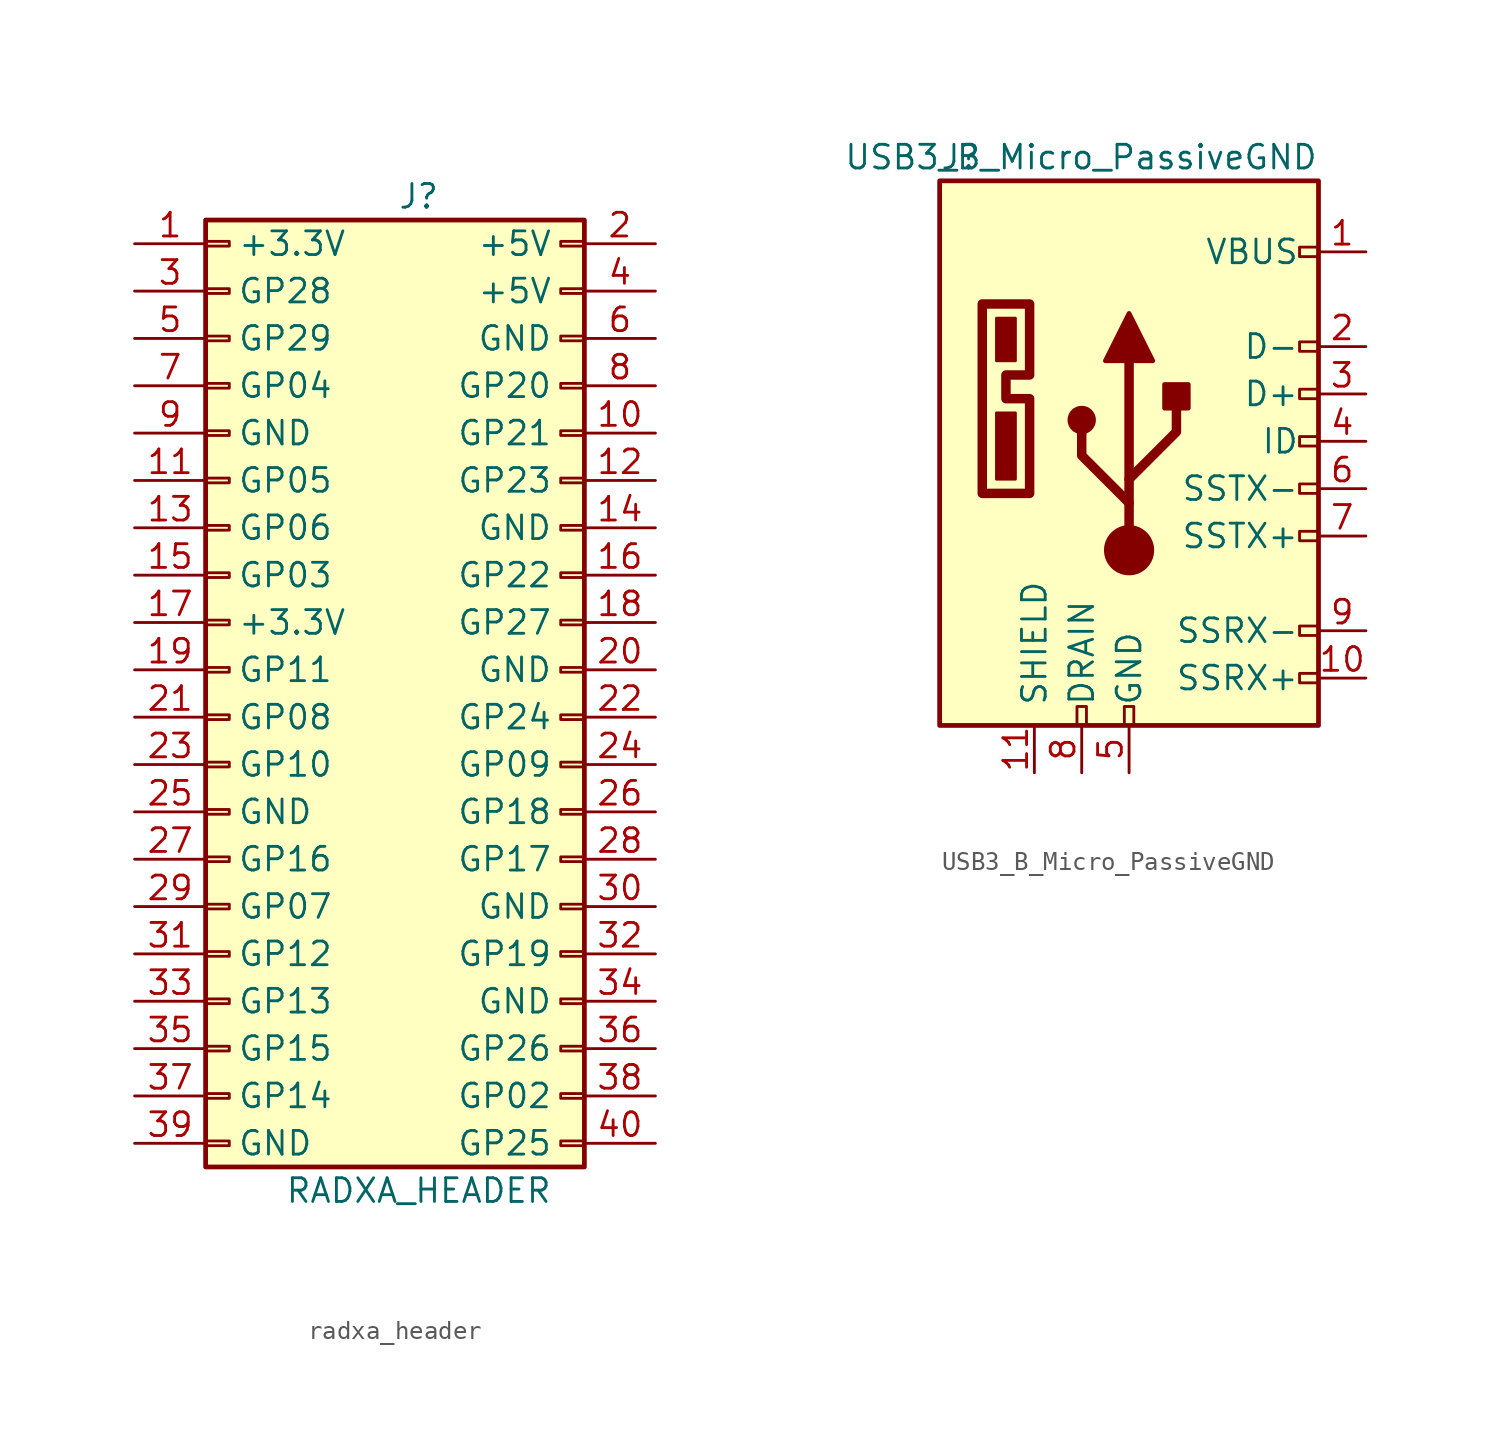
<source format=kicad_sym>
(kicad_symbol_lib
  (version 20231120)
  (generator "kicad_symbol_editor")
  (generator_version "8.0")
  (symbol "radxa_header"
    (pin_names
      (offset 1.7))
    (property "Reference" "J"
      (at 1.27 25.4 0)
      (effects (font (size 1.27 1.27))))
    (property "Value" "RADXA_HEADER"
      (at 1.27 -27.94 0)
      (effects (font (size 1.27 1.27))))
    (symbol "radxa_header_1_1"
      (rectangle (start -10.16 -25.273) (end -8.89 -25.527) (stroke (width 0.152) (type default)) (fill (type none)))
      (rectangle (start -10.16 -22.733) (end -8.89 -22.987) (stroke (width 0.152) (type default)) (fill (type none)))
      (rectangle (start -10.16 -20.193) (end -8.89 -20.447) (stroke (width 0.152) (type default)) (fill (type none)))
      (rectangle (start -10.16 -17.653) (end -8.89 -17.907) (stroke (width 0.152) (type default)) (fill (type none)))
      (rectangle (start -10.16 -15.113) (end -8.89 -15.367) (stroke (width 0.152) (type default)) (fill (type none)))
      (rectangle (start -10.16 -12.573) (end -8.89 -12.827) (stroke (width 0.152) (type default)) (fill (type none)))
      (rectangle (start -10.16 -10.033) (end -8.89 -10.287) (stroke (width 0.152) (type default)) (fill (type none)))
      (rectangle (start -10.16 -7.493) (end -8.89 -7.747) (stroke (width 0.152) (type default)) (fill (type none)))
      (rectangle (start -10.16 -4.953) (end -8.89 -5.207) (stroke (width 0.152) (type default)) (fill (type none)))
      (rectangle (start -10.16 -2.413) (end -8.89 -2.667) (stroke (width 0.152) (type default)) (fill (type none)))
      (rectangle (start -10.16 0.127) (end -8.89 -0.127) (stroke (width 0.152) (type default)) (fill (type none)))
      (rectangle (start -10.16 2.667) (end -8.89 2.413) (stroke (width 0.152) (type default)) (fill (type none)))
      (rectangle (start -10.16 5.207) (end -8.89 4.953) (stroke (width 0.152) (type default)) (fill (type none)))
      (rectangle (start -10.16 7.747) (end -8.89 7.493) (stroke (width 0.152) (type default)) (fill (type none)))
      (rectangle (start -10.16 10.287) (end -8.89 10.033) (stroke (width 0.152) (type default)) (fill (type none)))
      (rectangle (start -10.16 12.827) (end -8.89 12.573) (stroke (width 0.152) (type default)) (fill (type none)))
      (rectangle (start -10.16 15.367) (end -8.89 15.113) (stroke (width 0.152) (type default)) (fill (type none)))
      (rectangle (start -10.16 17.907) (end -8.89 17.653) (stroke (width 0.152) (type default)) (fill (type none)))
      (rectangle (start -10.16 20.447) (end -8.89 20.193) (stroke (width 0.152) (type default)) (fill (type none)))
      (rectangle (start -10.16 22.987) (end -8.89 22.733) (stroke (width 0.152) (type default)) (fill (type none)))
      (rectangle (start -10.16 24.13) (end 10.16 -26.67) (stroke (width 0.254) (type default)) (fill (type background)))
      (rectangle (start 10.16 -25.273) (end 8.89 -25.527) (stroke (width 0.152) (type default)) (fill (type none)))
      (rectangle (start 10.16 -22.733) (end 8.89 -22.987) (stroke (width 0.152) (type default)) (fill (type none)))
      (rectangle (start 10.16 -20.193) (end 8.89 -20.447) (stroke (width 0.152) (type default)) (fill (type none)))
      (rectangle (start 10.16 -17.653) (end 8.89 -17.907) (stroke (width 0.152) (type default)) (fill (type none)))
      (rectangle (start 10.16 -15.113) (end 8.89 -15.367) (stroke (width 0.152) (type default)) (fill (type none)))
      (rectangle (start 10.16 -12.573) (end 8.89 -12.827) (stroke (width 0.152) (type default)) (fill (type none)))
      (rectangle (start 10.16 -10.033) (end 8.89 -10.287) (stroke (width 0.152) (type default)) (fill (type none)))
      (rectangle (start 10.16 -7.493) (end 8.89 -7.747) (stroke (width 0.152) (type default)) (fill (type none)))
      (rectangle (start 10.16 -4.953) (end 8.89 -5.207) (stroke (width 0.152) (type default)) (fill (type none)))
      (rectangle (start 10.16 -2.413) (end 8.89 -2.667) (stroke (width 0.152) (type default)) (fill (type none)))
      (rectangle (start 10.16 0.127) (end 8.89 -0.127) (stroke (width 0.152) (type default)) (fill (type none)))
      (rectangle (start 10.16 2.667) (end 8.89 2.413) (stroke (width 0.152) (type default)) (fill (type none)))
      (rectangle (start 10.16 5.207) (end 8.89 4.953) (stroke (width 0.152) (type default)) (fill (type none)))
      (rectangle (start 10.16 7.747) (end 8.89 7.493) (stroke (width 0.152) (type default)) (fill (type none)))
      (rectangle (start 10.16 10.287) (end 8.89 10.033) (stroke (width 0.152) (type default)) (fill (type none)))
      (rectangle (start 10.16 12.827) (end 8.89 12.573) (stroke (width 0.152) (type default)) (fill (type none)))
      (rectangle (start 10.16 15.367) (end 8.89 15.113) (stroke (width 0.152) (type default)) (fill (type none)))
      (rectangle (start 10.16 17.907) (end 8.89 17.653) (stroke (width 0.152) (type default)) (fill (type none)))
      (rectangle (start 10.16 20.447) (end 8.89 20.193) (stroke (width 0.152) (type default)) (fill (type none)))
      (rectangle (start 10.16 22.987) (end 8.89 22.733) (stroke (width 0.152) (type default)) (fill (type none)))
      (pin passive line (at -13.97 22.86 0) (length 3.81) (name "+3.3V" (effects (font (size 1.27 1.27)))) (number "1" (effects (font (size 1.27 1.27)))))
      (pin passive line (at 13.97 12.7 180) (length 3.81) (name "GP21" (effects (font (size 1.27 1.27)))) (number "10" (effects (font (size 1.27 1.27)))))
      (pin passive line (at -13.97 10.16 0) (length 3.81) (name "GP05" (effects (font (size 1.27 1.27)))) (number "11" (effects (font (size 1.27 1.27)))))
      (pin passive line (at 13.97 10.16 180) (length 3.81) (name "GP23" (effects (font (size 1.27 1.27)))) (number "12" (effects (font (size 1.27 1.27)))))
      (pin passive line (at -13.97 7.62 0) (length 3.81) (name "GP06" (effects (font (size 1.27 1.27)))) (number "13" (effects (font (size 1.27 1.27)))))
      (pin passive line (at 13.97 7.62 180) (length 3.81) (name "GND" (effects (font (size 1.27 1.27)))) (number "14" (effects (font (size 1.27 1.27)))))
      (pin passive line (at -13.97 5.08 0) (length 3.81) (name "GP03" (effects (font (size 1.27 1.27)))) (number "15" (effects (font (size 1.27 1.27)))))
      (pin passive line (at 13.97 5.08 180) (length 3.81) (name "GP22" (effects (font (size 1.27 1.27)))) (number "16" (effects (font (size 1.27 1.27)))))
      (pin passive line (at -13.97 2.54 0) (length 3.81) (name "+3.3V" (effects (font (size 1.27 1.27)))) (number "17" (effects (font (size 1.27 1.27)))))
      (pin passive line (at 13.97 2.54 180) (length 3.81) (name "GP27" (effects (font (size 1.27 1.27)))) (number "18" (effects (font (size 1.27 1.27)))))
      (pin passive line (at -13.97 0 0) (length 3.81) (name "GP11" (effects (font (size 1.27 1.27)))) (number "19" (effects (font (size 1.27 1.27)))))
      (pin passive line (at 13.97 22.86 180) (length 3.81) (name "+5V" (effects (font (size 1.27 1.27)))) (number "2" (effects (font (size 1.27 1.27)))))
      (pin passive line (at 13.97 0 180) (length 3.81) (name "GND" (effects (font (size 1.27 1.27)))) (number "20" (effects (font (size 1.27 1.27)))))
      (pin passive line (at -13.97 -2.54 0) (length 3.81) (name "GP08" (effects (font (size 1.27 1.27)))) (number "21" (effects (font (size 1.27 1.27)))))
      (pin passive line (at 13.97 -2.54 180) (length 3.81) (name "GP24" (effects (font (size 1.27 1.27)))) (number "22" (effects (font (size 1.27 1.27)))))
      (pin passive line (at -13.97 -5.08 0) (length 3.81) (name "GP10" (effects (font (size 1.27 1.27)))) (number "23" (effects (font (size 1.27 1.27)))))
      (pin passive line (at 13.97 -5.08 180) (length 3.81) (name "GP09" (effects (font (size 1.27 1.27)))) (number "24" (effects (font (size 1.27 1.27)))))
      (pin passive line (at -13.97 -7.62 0) (length 3.81) (name "GND" (effects (font (size 1.27 1.27)))) (number "25" (effects (font (size 1.27 1.27)))))
      (pin passive line (at 13.97 -7.62 180) (length 3.81) (name "GP18" (effects (font (size 1.27 1.27)))) (number "26" (effects (font (size 1.27 1.27)))))
      (pin passive line (at -13.97 -10.16 0) (length 3.81) (name "GP16" (effects (font (size 1.27 1.27)))) (number "27" (effects (font (size 1.27 1.27)))))
      (pin passive line (at 13.97 -10.16 180) (length 3.81) (name "GP17" (effects (font (size 1.27 1.27)))) (number "28" (effects (font (size 1.27 1.27)))))
      (pin passive line (at -13.97 -12.7 0) (length 3.81) (name "GP07" (effects (font (size 1.27 1.27)))) (number "29" (effects (font (size 1.27 1.27)))))
      (pin passive line (at -13.97 20.32 0) (length 3.81) (name "GP28" (effects (font (size 1.27 1.27)))) (number "3" (effects (font (size 1.27 1.27)))))
      (pin passive line (at 13.97 -12.7 180) (length 3.81) (name "GND" (effects (font (size 1.27 1.27)))) (number "30" (effects (font (size 1.27 1.27)))))
      (pin passive line (at -13.97 -15.24 0) (length 3.81) (name "GP12" (effects (font (size 1.27 1.27)))) (number "31" (effects (font (size 1.27 1.27)))))
      (pin passive line (at 13.97 -15.24 180) (length 3.81) (name "GP19" (effects (font (size 1.27 1.27)))) (number "32" (effects (font (size 1.27 1.27)))))
      (pin passive line (at -13.97 -17.78 0) (length 3.81) (name "GP13" (effects (font (size 1.27 1.27)))) (number "33" (effects (font (size 1.27 1.27)))))
      (pin passive line (at 13.97 -17.78 180) (length 3.81) (name "GND" (effects (font (size 1.27 1.27)))) (number "34" (effects (font (size 1.27 1.27)))))
      (pin passive line (at -13.97 -20.32 0) (length 3.81) (name "GP15" (effects (font (size 1.27 1.27)))) (number "35" (effects (font (size 1.27 1.27)))))
      (pin passive line (at 13.97 -20.32 180) (length 3.81) (name "GP26" (effects (font (size 1.27 1.27)))) (number "36" (effects (font (size 1.27 1.27)))))
      (pin passive line (at -13.97 -22.86 0) (length 3.81) (name "GP14" (effects (font (size 1.27 1.27)))) (number "37" (effects (font (size 1.27 1.27)))))
      (pin passive line (at 13.97 -22.86 180) (length 3.81) (name "GP02" (effects (font (size 1.27 1.27)))) (number "38" (effects (font (size 1.27 1.27)))))
      (pin passive line (at -13.97 -25.4 0) (length 3.81) (name "GND" (effects (font (size 1.27 1.27)))) (number "39" (effects (font (size 1.27 1.27)))))
      (pin passive line (at 13.97 20.32 180) (length 3.81) (name "+5V" (effects (font (size 1.27 1.27)))) (number "4" (effects (font (size 1.27 1.27)))))
      (pin passive line (at 13.97 -25.4 180) (length 3.81) (name "GP25" (effects (font (size 1.27 1.27)))) (number "40" (effects (font (size 1.27 1.27)))))
      (pin passive line (at -13.97 17.78 0) (length 3.81) (name "GP29" (effects (font (size 1.27 1.27)))) (number "5" (effects (font (size 1.27 1.27)))))
      (pin passive line (at 13.97 17.78 180) (length 3.81) (name "GND" (effects (font (size 1.27 1.27)))) (number "6" (effects (font (size 1.27 1.27)))))
      (pin passive line (at -13.97 15.24 0) (length 3.81) (name "GP04" (effects (font (size 1.27 1.27)))) (number "7" (effects (font (size 1.27 1.27)))))
      (pin passive line (at 13.97 15.24 180) (length 3.81) (name "GP20" (effects (font (size 1.27 1.27)))) (number "8" (effects (font (size 1.27 1.27)))))
      (pin passive line (at -13.97 12.7 0) (length 3.81) (name "GND" (effects (font (size 1.27 1.27)))) (number "9" (effects (font (size 1.27 1.27)))))))
  (symbol "USB3_B_Micro_PassiveGND"
    (pin_names
      (offset 1.016))
    (property "Reference" "J"
      (at -10.16 15.24 0)
      (effects (font (size 1.27 1.27)) (justify left)))
    (property "Value" "USB3_B_Micro_PassiveGND"
      (at 10.16 15.24 0)
      (effects (font (size 1.27 1.27)) (justify right)))
    (symbol "USB3_B_Micro_PassiveGND_0_0"
      (rectangle (start -2.794 -15.24) (end -2.286 -14.224) (stroke (width 0) (type default)) (fill (type none)))
      (rectangle (start -0.254 -15.24) (end 0.254 -14.224) (stroke (width 0) (type default)) (fill (type none)))
      (rectangle (start 10.16 -12.446) (end 9.144 -12.954) (stroke (width 0) (type default)) (fill (type none)))
      (rectangle (start 10.16 -9.906) (end 9.144 -10.414) (stroke (width 0) (type default)) (fill (type none)))
      (rectangle (start 10.16 -4.826) (end 9.144 -5.334) (stroke (width 0) (type default)) (fill (type none)))
      (rectangle (start 10.16 -2.286) (end 9.144 -2.794) (stroke (width 0) (type default)) (fill (type none)))
      (rectangle (start 10.16 0.254) (end 9.144 -0.254) (stroke (width 0) (type default)) (fill (type none)))
      (rectangle (start 10.16 2.794) (end 9.144 2.286) (stroke (width 0) (type default)) (fill (type none)))
      (rectangle (start 10.16 5.334) (end 9.144 4.826) (stroke (width 0) (type default)) (fill (type none)))
      (rectangle (start 10.16 10.414) (end 9.144 9.906) (stroke (width 0) (type default)) (fill (type none))))
    (symbol "USB3_B_Micro_PassiveGND_0_1"
      (rectangle (start -10.16 13.97) (end 10.16 -15.24) (stroke (width 0.254) (type default)) (fill (type background)))
      (rectangle (start -7.112 1.524) (end -6.096 -2.032) (stroke (width 0) (type default)) (fill (type outline)))
      (rectangle (start -7.112 6.604) (end -6.096 4.318) (stroke (width 0) (type default)) (fill (type outline)))
      (polyline (pts (xy -7.874 7.366) (xy -7.874 -2.794) (xy -5.334 -2.794) (xy -5.334 2.286) (xy -6.604 2.286) (xy -6.604 3.556) (xy -5.334 3.556) (xy -5.334 7.366) (xy -7.874 7.366)) (stroke (width 0.508) (type default)) (fill (type none))))
    (symbol "USB3_B_Micro_PassiveGND_1_1"
      (circle (center -2.54 1.143) (radius 0.635) (stroke (width 0.254) (type default)) (fill (type outline)))
      (circle (center 0 -5.842) (radius 1.27) (stroke (width 0) (type default)) (fill (type outline)))
      (polyline (pts (xy 0 -5.842) (xy 0 4.318)) (stroke (width 0.508) (type default)) (fill (type none)))
      (polyline (pts (xy 0 -3.302) (xy -2.54 -0.762) (xy -2.54 0.508)) (stroke (width 0.508) (type default)) (fill (type none)))
      (polyline (pts (xy 0 -2.032) (xy 2.54 0.508) (xy 2.54 1.778)) (stroke (width 0.508) (type default)) (fill (type none)))
      (polyline (pts (xy -1.27 4.318) (xy 0 6.858) (xy 1.27 4.318) (xy -1.27 4.318)) (stroke (width 0.254) (type default)) (fill (type outline)))
      (rectangle (start 1.905 1.778) (end 3.175 3.048) (stroke (width 0.254) (type default)) (fill (type outline)))
      (pin power_out line (at 12.7 10.16 180) (length 2.54) (name "VBUS" (effects (font (size 1.27 1.27)))) (number "1" (effects (font (size 1.27 1.27)))))
      (pin input line (at 12.7 -12.7 180) (length 2.54) (name "SSRX+" (effects (font (size 1.27 1.27)))) (number "10" (effects (font (size 1.27 1.27)))))
      (pin passive line (at -5.08 -17.78 90) (length 2.54) (name "SHIELD" (effects (font (size 1.27 1.27)))) (number "11" (effects (font (size 1.27 1.27)))))
      (pin bidirectional line (at 12.7 5.08 180) (length 2.54) (name "D-" (effects (font (size 1.27 1.27)))) (number "2" (effects (font (size 1.27 1.27)))))
      (pin bidirectional line (at 12.7 2.54 180) (length 2.54) (name "D+" (effects (font (size 1.27 1.27)))) (number "3" (effects (font (size 1.27 1.27)))))
      (pin passive line (at 12.7 0 180) (length 2.54) (name "ID" (effects (font (size 1.27 1.27)))) (number "4" (effects (font (size 1.27 1.27)))))
      (pin passive line (at 0 -17.78 90) (length 2.54) (name "GND" (effects (font (size 1.27 1.27)))) (number "5" (effects (font (size 1.27 1.27)))))
      (pin output line (at 12.7 -2.54 180) (length 2.54) (name "SSTX-" (effects (font (size 1.27 1.27)))) (number "6" (effects (font (size 1.27 1.27)))))
      (pin output line (at 12.7 -5.08 180) (length 2.54) (name "SSTX+" (effects (font (size 1.27 1.27)))) (number "7" (effects (font (size 1.27 1.27)))))
      (pin passive line (at -2.54 -17.78 90) (length 2.54) (name "DRAIN" (effects (font (size 1.27 1.27)))) (number "8" (effects (font (size 1.27 1.27)))))
      (pin input line (at 12.7 -10.16 180) (length 2.54) (name "SSRX-" (effects (font (size 1.27 1.27)))) (number "9" (effects (font (size 1.27 1.27))))))))
</source>
